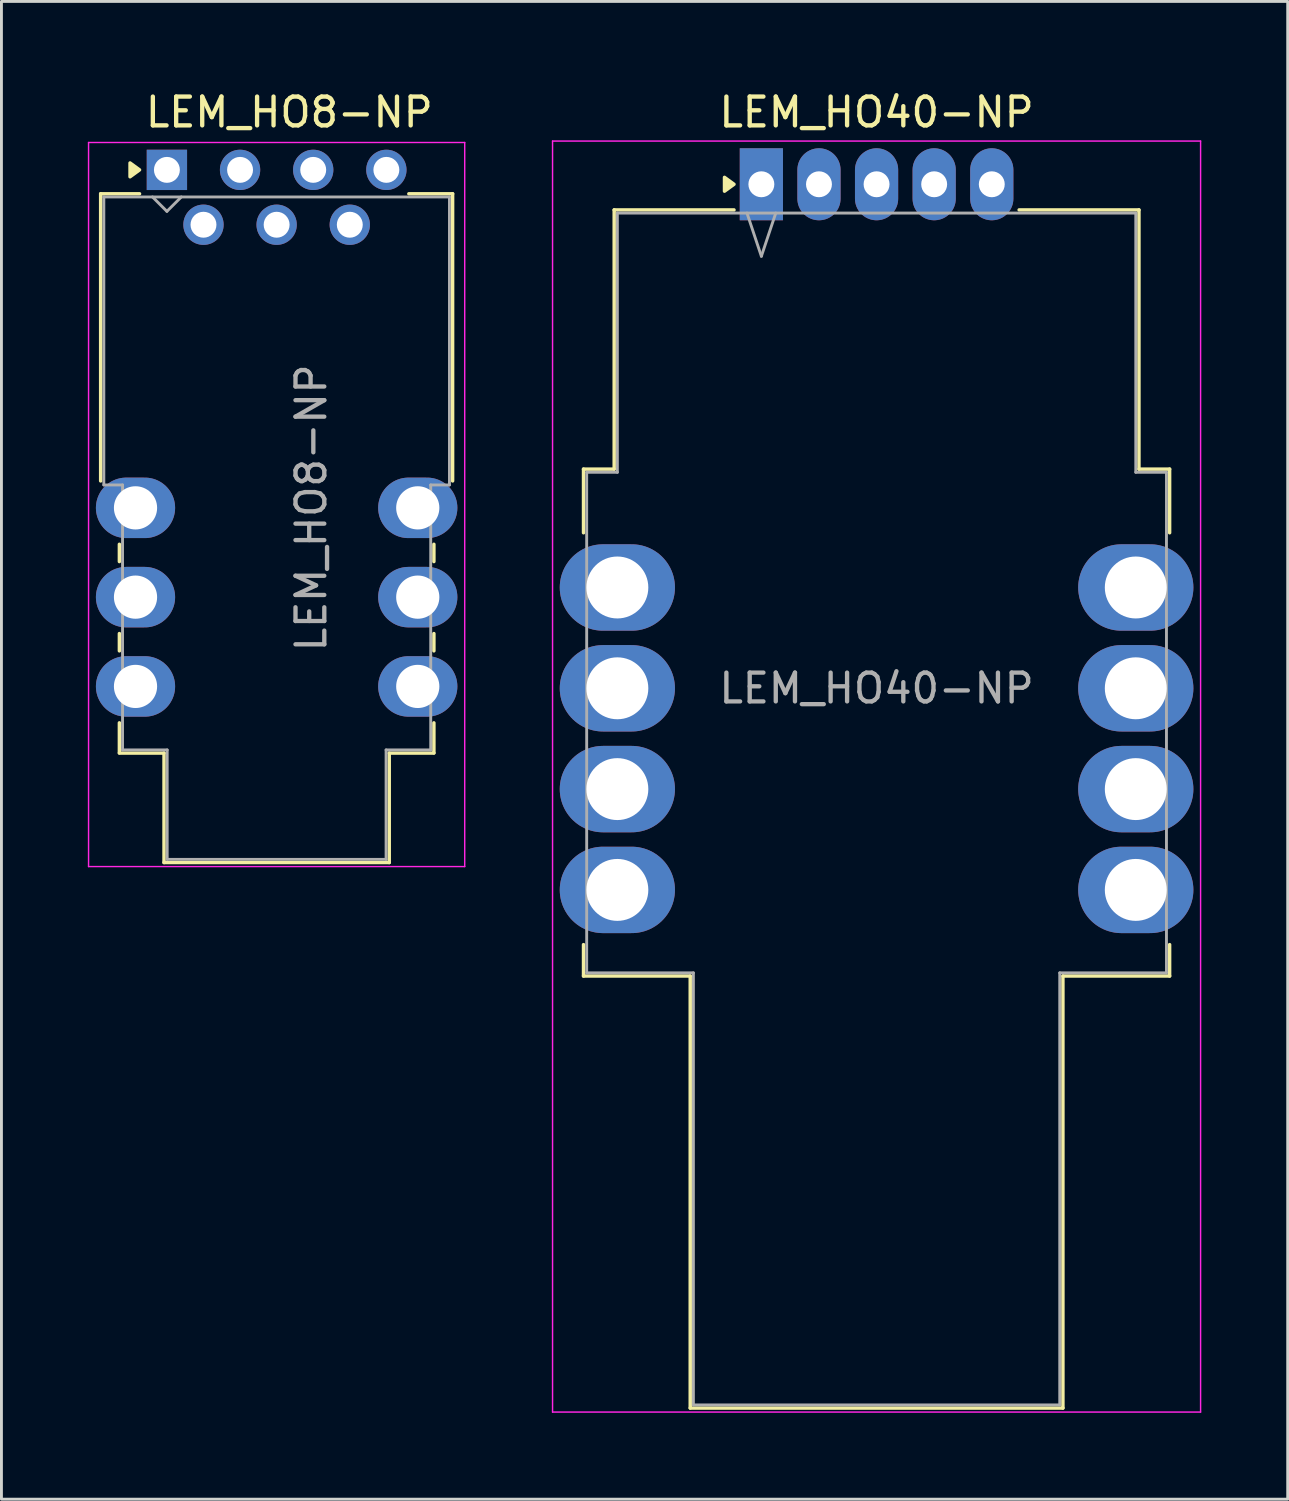
<source format=kicad_pcb>
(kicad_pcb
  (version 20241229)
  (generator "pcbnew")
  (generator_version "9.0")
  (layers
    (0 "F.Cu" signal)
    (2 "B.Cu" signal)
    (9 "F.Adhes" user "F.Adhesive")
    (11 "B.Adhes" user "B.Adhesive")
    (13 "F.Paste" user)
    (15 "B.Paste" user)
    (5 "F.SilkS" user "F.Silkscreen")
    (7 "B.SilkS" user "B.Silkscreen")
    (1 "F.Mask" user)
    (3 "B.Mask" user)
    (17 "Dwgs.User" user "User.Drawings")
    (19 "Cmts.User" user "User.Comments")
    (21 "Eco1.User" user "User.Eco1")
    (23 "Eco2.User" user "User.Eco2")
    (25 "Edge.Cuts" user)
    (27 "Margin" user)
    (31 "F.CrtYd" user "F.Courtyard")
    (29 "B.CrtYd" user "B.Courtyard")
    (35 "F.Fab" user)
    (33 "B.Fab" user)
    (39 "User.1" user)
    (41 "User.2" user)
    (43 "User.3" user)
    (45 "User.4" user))
  (footprint "LEM_HO8-NP"
    (layer "F.Cu")
    (at 2.745 2.848)
    (property "Reference" "LEM_HO8-NP" (at 4.25 -2 180) (layer "F.SilkS") (effects (font (size 1 1) (thickness 0.15))))
    (attr through_hole)
    (fp_line (start -2.3 0.83) (end -2.3 10.8) (stroke (width 0.12) (type solid)) (layer "F.SilkS"))
    (fp_line (start -2.3 0.83) (end -0.95 0.83) (stroke (width 0.12) (type solid)) (layer "F.SilkS"))
    (fp_line (start -1.65 13) (end -1.65 13.6) (stroke (width 0.12) (type solid)) (layer "F.SilkS"))
    (fp_line (start -1.65 16.1) (end -1.65 16.7) (stroke (width 0.12) (type solid)) (layer "F.SilkS"))
    (fp_line (start -1.65 19.2) (end -1.65 20.24) (stroke (width 0.12) (type solid)) (layer "F.SilkS"))
    (fp_line (start -1.65 20.25) (end -0.1 20.25) (stroke (width 0.12) (type solid)) (layer "F.SilkS"))
    (fp_line (start -0.1 20.25) (end -0.1 24.05) (stroke (width 0.12) (type solid)) (layer "F.SilkS"))
    (fp_line (start -0.1 24.05) (end 7.72 24.05) (stroke (width 0.12) (type solid)) (layer "F.SilkS"))
    (fp_line (start 7.72 20.25) (end 9.27 20.25) (stroke (width 0.12) (type solid)) (layer "F.SilkS"))
    (fp_line (start 7.72 24.05) (end 7.72 20.25) (stroke (width 0.12) (type solid)) (layer "F.SilkS"))
    (fp_line (start 9.27 13) (end 9.27 13.6) (stroke (width 0.12) (type solid)) (layer "F.SilkS"))
    (fp_line (start 9.27 16.1) (end 9.27 16.7) (stroke (width 0.12) (type solid)) (layer "F.SilkS"))
    (fp_line (start 9.27 19.2) (end 9.27 20.24) (stroke (width 0.12) (type solid)) (layer "F.SilkS"))
    (fp_line (start 9.92 0.83) (end 8.4 0.83) (stroke (width 0.12) (type solid)) (layer "F.SilkS"))
    (fp_line (start 9.92 10.8) (end 9.92 0.83) (stroke (width 0.12) (type solid)) (layer "F.SilkS"))
    (fp_poly (pts (xy -0.95 0) (xy -1.28 0.24) (xy -1.28 -0.24) (xy -0.95 0)) (stroke (width 0.12) (type solid)) (fill yes) (layer "F.SilkS"))
    (fp_line (start -2.72 -0.95) (end -2.72 24.19) (stroke (width 0.05) (type solid)) (layer "F.CrtYd"))
    (fp_line (start -2.72 24.19) (end 10.34 24.19) (stroke (width 0.05) (type solid)) (layer "F.CrtYd"))
    (fp_line (start 10.34 -0.95) (end -2.72 -0.95) (stroke (width 0.05) (type solid)) (layer "F.CrtYd"))
    (fp_line (start 10.34 24.19) (end 10.34 -0.95) (stroke (width 0.05) (type solid)) (layer "F.CrtYd"))
    (fp_line (start -2.19 10.94) (end -2.19 0.94) (stroke (width 0.1) (type solid)) (layer "F.Fab"))
    (fp_line (start -2.19 10.94) (end -1.54 10.94) (stroke (width 0.1) (type solid)) (layer "F.Fab"))
    (fp_line (start -1.54 10.94) (end -1.54 20.14) (stroke (width 0.1) (type solid)) (layer "F.Fab"))
    (fp_line (start -0.5 0.94) (end 0 1.44) (stroke (width 0.1) (type solid)) (layer "F.Fab"))
    (fp_line (start 0 1.44) (end 0.5 0.94) (stroke (width 0.1) (type solid)) (layer "F.Fab"))
    (fp_line (start 0.01 20.14) (end -1.54 20.14) (stroke (width 0.1) (type solid)) (layer "F.Fab"))
    (fp_line (start 0.01 23.94) (end 0.01 20.14) (stroke (width 0.1) (type solid)) (layer "F.Fab"))
    (fp_line (start 0.01 23.94) (end 7.61 23.94) (stroke (width 0.1) (type solid)) (layer "F.Fab"))
    (fp_line (start 7.61 20.14) (end 9.16 20.14) (stroke (width 0.1) (type solid)) (layer "F.Fab"))
    (fp_line (start 7.61 23.94) (end 7.61 20.14) (stroke (width 0.1) (type solid)) (layer "F.Fab"))
    (fp_line (start 9.16 10.94) (end 9.16 20.14) (stroke (width 0.1) (type solid)) (layer "F.Fab"))
    (fp_line (start 9.81 0.94) (end -2.19 0.94) (stroke (width 0.1) (type solid)) (layer "F.Fab"))
    (fp_line (start 9.81 0.94) (end 9.81 10.94) (stroke (width 0.1) (type solid)) (layer "F.Fab"))
    (fp_line (start 9.81 10.94) (end 9.16 10.94) (stroke (width 0.1) (type solid)) (layer "F.Fab"))
    (fp_text user "${REFERENCE}" (at 5.01 11.735 270) (layer "F.Fab") (effects (font (size 1 1) (thickness 0.15))))
    (pad "1" thru_hole rect (at 0 0) (size 1.4 1.4) (drill 0.9) (layers "*.Cu" "*.Mask"))
    (pad "2" thru_hole circle (at 1.27 1.905) (size 1.4 1.4) (drill 0.9) (layers "*.Cu" "*.Mask"))
    (pad "3" thru_hole circle (at 2.54 0) (size 1.4 1.4) (drill 0.9) (layers "*.Cu" "*.Mask"))
    (pad "4" thru_hole circle (at 3.81 1.905) (size 1.4 1.4) (drill 0.9) (layers "*.Cu" "*.Mask"))
    (pad "5" thru_hole circle (at 5.08 0) (size 1.4 1.4) (drill 0.9) (layers "*.Cu" "*.Mask"))
    (pad "6" thru_hole circle (at 6.35 1.905) (size 1.4 1.4) (drill 0.9) (layers "*.Cu" "*.Mask"))
    (pad "7" thru_hole circle (at 7.62 0) (size 1.4 1.4) (drill 0.9) (layers "*.Cu" "*.Mask"))
    (pad "8" thru_hole oval (at 8.71 11.735) (size 2.75 2.1) (drill 1.5) (layers "*.Cu" "*.Mask"))
    (pad "9" thru_hole oval (at 8.71 14.835) (size 2.75 2.1) (drill 1.5) (layers "*.Cu" "*.Mask"))
    (pad "10" thru_hole oval (at 8.71 17.935) (size 2.75 2.1) (drill 1.5) (layers "*.Cu" "*.Mask"))
    (pad "11" thru_hole oval (at -1.09 17.935) (size 2.75 2.1) (drill 1.5) (layers "*.Cu" "*.Mask"))
    (pad "12" thru_hole oval (at -1.09 14.835) (size 2.75 2.1) (drill 1.5) (layers "*.Cu" "*.Mask"))
    (pad "13" thru_hole oval (at -1.09 11.735) (size 2.75 2.1) (drill 1.5) (layers "*.Cu" "*.Mask")))
  (footprint "LEM_HO40-NP"
    (layer "F.Cu")
    (at 23.385 3.348)
    (property "Reference" "LEM_HO40-NP" (at 4 -2.5 180) (layer "F.SilkS") (effects (font (size 1 1) (thickness 0.15))))
    (attr through_hole)
    (fp_line (start -6.175 9.89) (end -6.175 12.1) (stroke (width 0.12) (type solid)) (layer "F.SilkS"))
    (fp_line (start -6.175 26.4) (end -6.175 27.49) (stroke (width 0.12) (type solid)) (layer "F.SilkS"))
    (fp_line (start -5.11 0.89) (end -5.11 9.89) (stroke (width 0.12) (type solid)) (layer "F.SilkS"))
    (fp_line (start -5.11 9.89) (end -6.175 9.89) (stroke (width 0.12) (type solid)) (layer "F.SilkS"))
    (fp_line (start -2.47 27.49) (end -6.175 27.49) (stroke (width 0.12) (type solid)) (layer "F.SilkS"))
    (fp_line (start -2.47 42.49) (end -2.47 27.49) (stroke (width 0.12) (type solid)) (layer "F.SilkS"))
    (fp_line (start -2.47 42.49) (end 10.47 42.49) (stroke (width 0.12) (type solid)) (layer "F.SilkS"))
    (fp_line (start -0.95 0.89) (end -5.11 0.89) (stroke (width 0.12) (type solid)) (layer "F.SilkS"))
    (fp_line (start 10.47 42.49) (end 10.47 27.49) (stroke (width 0.12) (type solid)) (layer "F.SilkS"))
    (fp_line (start 13.11 0.89) (end 8.95 0.89) (stroke (width 0.12) (type solid)) (layer "F.SilkS"))
    (fp_line (start 13.11 9.89) (end 13.11 0.89) (stroke (width 0.12) (type solid)) (layer "F.SilkS"))
    (fp_line (start 14.175 9.89) (end 13.11 9.89) (stroke (width 0.12) (type solid)) (layer "F.SilkS"))
    (fp_line (start 14.175 9.89) (end 14.175 12.1) (stroke (width 0.12) (type solid)) (layer "F.SilkS"))
    (fp_line (start 14.175 26.4) (end 14.175 27.49) (stroke (width 0.12) (type solid)) (layer "F.SilkS"))
    (fp_line (start 14.175 27.49) (end 10.47 27.49) (stroke (width 0.12) (type solid)) (layer "F.SilkS"))
    (fp_poly (pts (xy -0.95 0) (xy -1.28 0.24) (xy -1.28 -0.24) (xy -0.95 0)) (stroke (width 0.12) (type solid)) (fill yes) (layer "F.SilkS"))
    (fp_line (start -7.25 -1.5) (end -7.25 42.63) (stroke (width 0.05) (type solid)) (layer "F.CrtYd"))
    (fp_line (start -7.25 42.63) (end 15.25 42.63) (stroke (width 0.05) (type solid)) (layer "F.CrtYd"))
    (fp_line (start 15.25 -1.5) (end -7.25 -1.5) (stroke (width 0.05) (type solid)) (layer "F.CrtYd"))
    (fp_line (start 15.25 42.63) (end 15.25 -1.5) (stroke (width 0.05) (type solid)) (layer "F.CrtYd"))
    (fp_line (start -6.065 10) (end -6.065 27.38) (stroke (width 0.1) (type solid)) (layer "F.Fab"))
    (fp_line (start -5 10) (end -6.065 10) (stroke (width 0.1) (type solid)) (layer "F.Fab"))
    (fp_line (start -5 10) (end -5 1) (stroke (width 0.1) (type solid)) (layer "F.Fab"))
    (fp_line (start -2.36 27.38) (end -6.065 27.38) (stroke (width 0.1) (type solid)) (layer "F.Fab"))
    (fp_line (start -2.36 42.38) (end -2.36 27.38) (stroke (width 0.1) (type solid)) (layer "F.Fab"))
    (fp_line (start -2.36 42.38) (end 10.36 42.38) (stroke (width 0.1) (type solid)) (layer "F.Fab"))
    (fp_line (start -0.5 1) (end 0 2.5) (stroke (width 0.1) (type solid)) (layer "F.Fab"))
    (fp_line (start 0 2.5) (end 0.5 1) (stroke (width 0.1) (type solid)) (layer "F.Fab"))
    (fp_line (start 10.36 42.38) (end 10.36 27.38) (stroke (width 0.1) (type solid)) (layer "F.Fab"))
    (fp_line (start 13 1) (end -5 1) (stroke (width 0.1) (type solid)) (layer "F.Fab"))
    (fp_line (start 13 1) (end 13 10) (stroke (width 0.1) (type solid)) (layer "F.Fab"))
    (fp_line (start 14.065 10) (end 13 10) (stroke (width 0.1) (type solid)) (layer "F.Fab"))
    (fp_line (start 14.065 10) (end 14.065 27.38) (stroke (width 0.1) (type solid)) (layer "F.Fab"))
    (fp_line (start 14.065 27.38) (end 10.36 27.38) (stroke (width 0.1) (type solid)) (layer "F.Fab"))
    (fp_text user "${REFERENCE}" (at 4 17.5 0) (layer "F.Fab") (effects (font (size 1 1) (thickness 0.15))))
    (pad "1" thru_hole rect (at 0 0) (size 1.5 2.5) (drill 0.9) (layers "*.Cu" "*.Mask"))
    (pad "2" thru_hole oval (at 2 0) (size 1.5 2.5) (drill 0.9) (layers "*.Cu" "*.Mask"))
    (pad "3" thru_hole oval (at 4 0) (size 1.5 2.5) (drill 0.9) (layers "*.Cu" "*.Mask"))
    (pad "4" thru_hole oval (at 6 0) (size 1.5 2.5) (drill 0.9) (layers "*.Cu" "*.Mask"))
    (pad "5" thru_hole oval (at 8 0) (size 1.5 2.5) (drill 0.9) (layers "*.Cu" "*.Mask"))
    (pad "6" thru_hole oval (at 13 14) (size 4 3) (drill 2.15) (layers "*.Cu" "*.Mask"))
    (pad "7" thru_hole oval (at 13 17.5) (size 4 3) (drill 2.15) (layers "*.Cu" "*.Mask"))
    (pad "8" thru_hole oval (at 13 21) (size 4 3) (drill 2.15) (layers "*.Cu" "*.Mask"))
    (pad "9" thru_hole oval (at 13 24.5) (size 4 3) (drill 2.15) (layers "*.Cu" "*.Mask"))
    (pad "10" thru_hole oval (at -5 24.5) (size 4 3) (drill 2.15) (layers "*.Cu" "*.Mask"))
    (pad "11" thru_hole oval (at -5 21) (size 4 3) (drill 2.15) (layers "*.Cu" "*.Mask"))
    (pad "12" thru_hole oval (at -5 17.5) (size 4 3) (drill 2.15) (layers "*.Cu" "*.Mask"))
    (pad "13" thru_hole oval (at -5 14) (size 4 3) (drill 2.15) (layers "*.Cu" "*.Mask")))
  (gr_rect
    (start -3 -3)
    (end 41.66 49.003)
    (stroke (width 0.1) (type default))
    (fill no)
    (layer "Edge.Cuts")))
</source>
